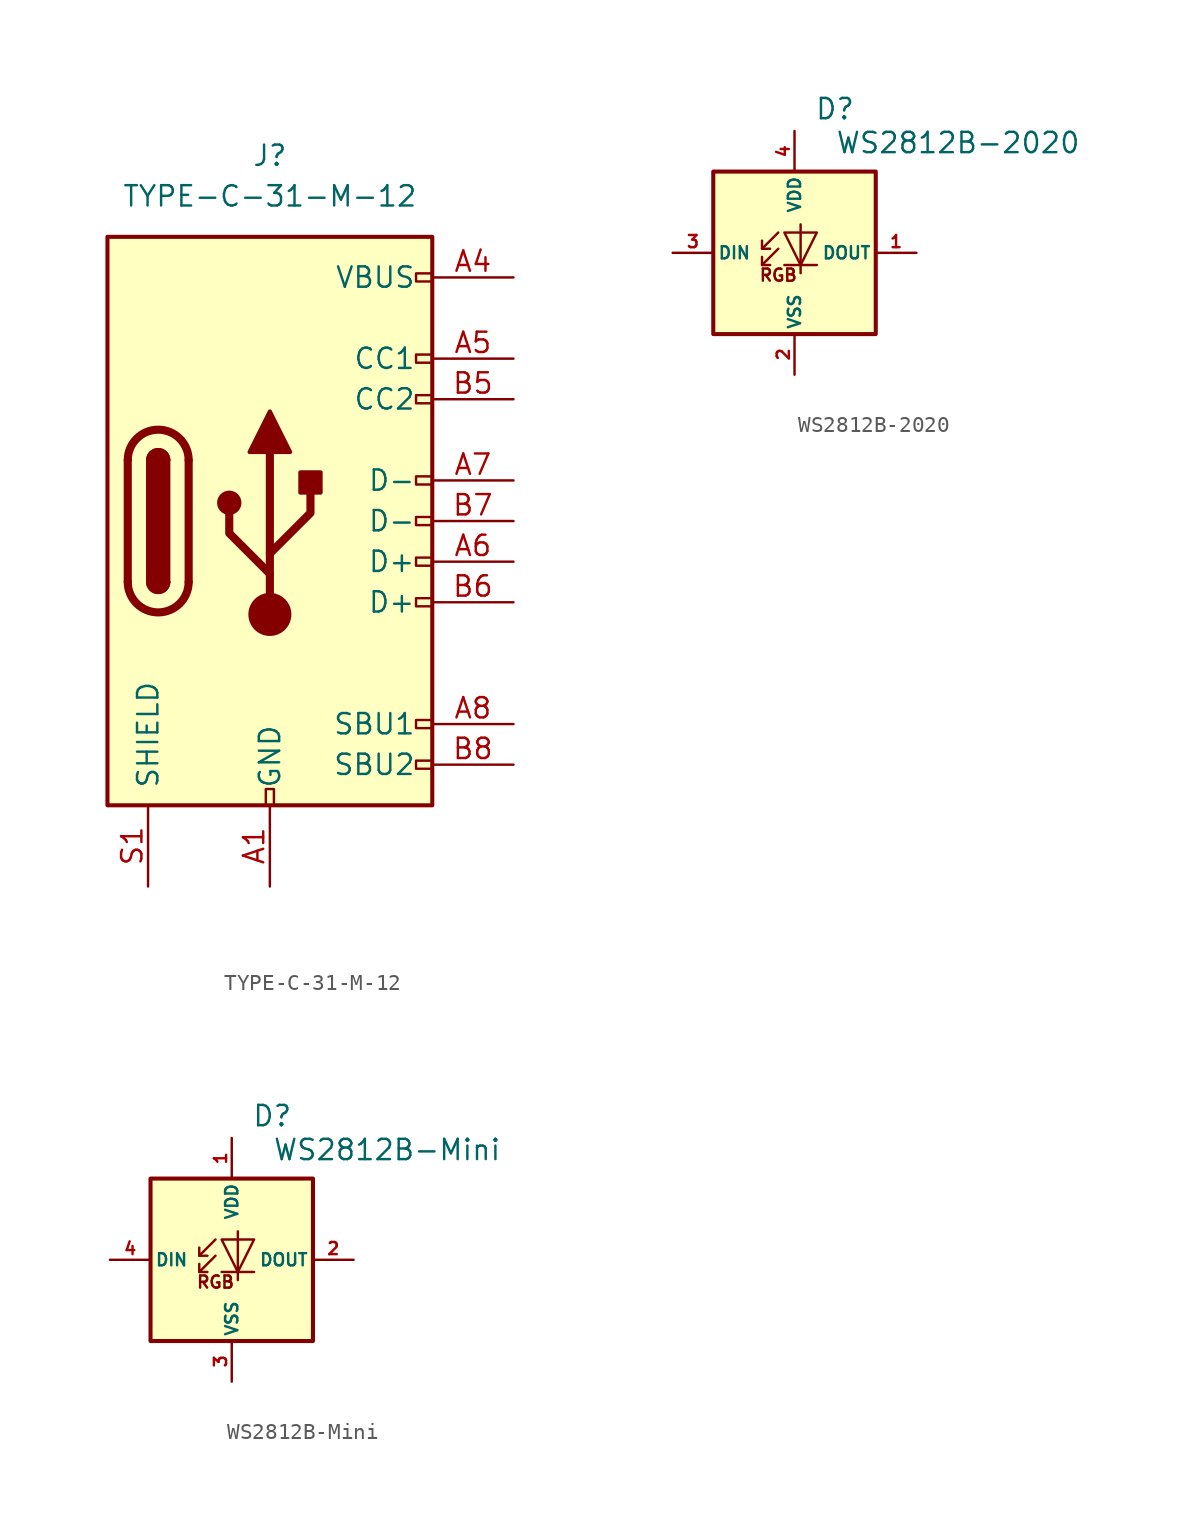
<source format=kicad_sym>
(kicad_symbol_lib
  (version 20211014)
  (generator kicad_symbol_editor)
  (symbol "TYPE-C-31-M-12"
    (pin_names
      (offset 1.016))
    (property "Reference" "J"
      (at 0 24.13 0)
      (effects (font (size 1.27 1.27))))
    (property "Value" "TYPE-C-31-M-12"
      (at 0 21.59 0)
      (effects (font (size 1.27 1.27))))
    (symbol "TYPE-C-31-M-12_0_0"
      (rectangle (start -0.254 -16.51) (end 0.254 -15.494) (stroke (width 0) (type default) (color 0 0 0 0)) (fill (type none)))
      (rectangle (start 10.16 -13.716) (end 9.144 -14.224) (stroke (width 0) (type default) (color 0 0 0 0)) (fill (type none)))
      (rectangle (start 10.16 -11.176) (end 9.144 -11.684) (stroke (width 0) (type default) (color 0 0 0 0)) (fill (type none)))
      (rectangle (start 10.16 -3.556) (end 9.144 -4.064) (stroke (width 0) (type default) (color 0 0 0 0)) (fill (type none)))
      (rectangle (start 10.16 -1.016) (end 9.144 -1.524) (stroke (width 0) (type default) (color 0 0 0 0)) (fill (type none)))
      (rectangle (start 10.16 1.524) (end 9.144 1.016) (stroke (width 0) (type default) (color 0 0 0 0)) (fill (type none)))
      (rectangle (start 10.16 4.064) (end 9.144 3.556) (stroke (width 0) (type default) (color 0 0 0 0)) (fill (type none)))
      (rectangle (start 10.16 9.144) (end 9.144 8.636) (stroke (width 0) (type default) (color 0 0 0 0)) (fill (type none)))
      (rectangle (start 10.16 11.684) (end 9.144 11.176) (stroke (width 0) (type default) (color 0 0 0 0)) (fill (type none)))
      (rectangle (start 10.16 16.764) (end 9.144 16.256) (stroke (width 0) (type default) (color 0 0 0 0)) (fill (type none))))
    (symbol "TYPE-C-31-M-12_0_1"
      (rectangle (start -10.16 19.05) (end 10.16 -16.51) (stroke (width 0.254) (type default) (color 0 0 0 0)) (fill (type background)))
      (arc (start -8.89 -2.54) (mid -6.985 -4.445) (end -5.08 -2.54) (stroke (width 0.508) (type default) (color 0 0 0 0)) (fill (type none)))
      (arc (start -7.62 -2.54) (mid -6.985 -3.175) (end -6.35 -2.54) (stroke (width 0.254) (type default) (color 0 0 0 0)) (fill (type none)))
      (arc (start -7.62 -2.54) (mid -6.985 -3.175) (end -6.35 -2.54) (stroke (width 0.254) (type default) (color 0 0 0 0)) (fill (type outline)))
      (rectangle (start -7.62 -2.54) (end -6.35 5.08) (stroke (width 0.254) (type default) (color 0 0 0 0)) (fill (type outline)))
      (arc (start -6.35 5.08) (mid -6.985 5.715) (end -7.62 5.08) (stroke (width 0.254) (type default) (color 0 0 0 0)) (fill (type none)))
      (arc (start -6.35 5.08) (mid -6.985 5.715) (end -7.62 5.08) (stroke (width 0.254) (type default) (color 0 0 0 0)) (fill (type outline)))
      (arc (start -5.08 5.08) (mid -6.985 6.985) (end -8.89 5.08) (stroke (width 0.508) (type default) (color 0 0 0 0)) (fill (type none)))
      (circle (center -2.54 2.413) (radius 0.635) (stroke (width 0.254) (type default) (color 0 0 0 0)) (fill (type outline)))
      (circle (center 0 -4.572) (radius 1.27) (stroke (width 0) (type default) (color 0 0 0 0)) (fill (type outline)))
      (polyline (pts (xy -8.89 -2.54) (xy -8.89 5.08)) (stroke (width 0.508) (type default) (color 0 0 0 0)) (fill (type none)))
      (polyline (pts (xy -5.08 5.08) (xy -5.08 -2.54)) (stroke (width 0.508) (type default) (color 0 0 0 0)) (fill (type none)))
      (polyline (pts (xy 0 -4.572) (xy 0 5.588)) (stroke (width 0.508) (type default) (color 0 0 0 0)) (fill (type none)))
      (polyline (pts (xy 0 -2.032) (xy -2.54 0.508) (xy -2.54 1.778)) (stroke (width 0.508) (type default) (color 0 0 0 0)) (fill (type none)))
      (polyline (pts (xy 0 -0.762) (xy 2.54 1.778) (xy 2.54 3.048)) (stroke (width 0.508) (type default) (color 0 0 0 0)) (fill (type none)))
      (polyline (pts (xy -1.27 5.588) (xy 0 8.128) (xy 1.27 5.588) (xy -1.27 5.588)) (stroke (width 0.254) (type default) (color 0 0 0 0)) (fill (type outline)))
      (rectangle (start 1.905 3.048) (end 3.175 4.318) (stroke (width 0.254) (type default) (color 0 0 0 0)) (fill (type outline))))
    (symbol "TYPE-C-31-M-12_1_1"
      (pin passive line (at 0 -21.59 90) (length 5.08) (name "GND" (effects (font (size 1.27 1.27)))) (number "A1" (effects (font (size 1.27 1.27)))))
      (pin passive line (at 15.24 16.51 180) (length 5.08) (name "VBUS" (effects (font (size 1.27 1.27)))) (number "A4" (effects (font (size 1.27 1.27)))))
      (pin bidirectional line (at 15.24 11.43 180) (length 5.08) (name "CC1" (effects (font (size 1.27 1.27)))) (number "A5" (effects (font (size 1.27 1.27)))))
      (pin bidirectional line (at 15.24 -1.27 180) (length 5.08) (name "D+" (effects (font (size 1.27 1.27)))) (number "A6" (effects (font (size 1.27 1.27)))))
      (pin bidirectional line (at 15.24 3.81 180) (length 5.08) (name "D-" (effects (font (size 1.27 1.27)))) (number "A7" (effects (font (size 1.27 1.27)))))
      (pin bidirectional line (at 15.24 -11.43 180) (length 5.08) (name "SBU1" (effects (font (size 1.27 1.27)))) (number "A8" (effects (font (size 1.27 1.27)))))
      (pin passive line (at 0 -21.59 90) (length 5.08) hide (name "GND" (effects (font (size 1.27 1.27)))) (number "B1" (effects (font (size 1.27 1.27)))))
      (pin passive line (at 15.24 16.51 180) (length 5.08) hide (name "VBUS" (effects (font (size 1.27 1.27)))) (number "B4" (effects (font (size 1.27 1.27)))))
      (pin bidirectional line (at 15.24 8.89 180) (length 5.08) (name "CC2" (effects (font (size 1.27 1.27)))) (number "B5" (effects (font (size 1.27 1.27)))))
      (pin bidirectional line (at 15.24 -3.81 180) (length 5.08) (name "D+" (effects (font (size 1.27 1.27)))) (number "B6" (effects (font (size 1.27 1.27)))))
      (pin bidirectional line (at 15.24 1.27 180) (length 5.08) (name "D-" (effects (font (size 1.27 1.27)))) (number "B7" (effects (font (size 1.27 1.27)))))
      (pin bidirectional line (at 15.24 -13.97 180) (length 5.08) (name "SBU2" (effects (font (size 1.27 1.27)))) (number "B8" (effects (font (size 1.27 1.27)))))
      (pin passive line (at -7.62 -21.59 90) (length 5.08) (name "SHIELD" (effects (font (size 1.27 1.27)))) (number "S1" (effects (font (size 1.27 1.27)))))))
  (symbol "WS2812B-2020"
    (pin_names
      (offset 0.254))
    (property "Reference" "D"
      (at 3.81 8.255 0)
      (effects (font (size 1.27 1.27)) (justify right bottom)))
    (property "Value" "WS2812B-2020"
      (at 2.54 7.62 0)
      (effects (font (size 1.27 1.27)) (justify left top)))
    (symbol "WS2812B-2020_0_0"
      (text "RGB" (at -1.016 -1.397 0) (effects (font (size 0.762 0.762)))))
    (symbol "WS2812B-2020_0_1"
      (polyline (pts (xy -2.032 -0.762) (xy -1.524 -0.762)) (stroke (width 0) (type default) (color 0 0 0 0)) (fill (type none)))
      (polyline (pts (xy -2.032 0.254) (xy -1.524 0.254)) (stroke (width 0) (type default) (color 0 0 0 0)) (fill (type none)))
      (polyline (pts (xy 1.397 -0.762) (xy -0.635 -0.762)) (stroke (width 0) (type default) (color 0 0 0 0)) (fill (type none)))
      (polyline (pts (xy -1.016 0.254) (xy -2.032 -0.762) (xy -2.032 -0.254)) (stroke (width 0) (type default) (color 0 0 0 0)) (fill (type none)))
      (polyline (pts (xy -1.016 1.27) (xy -2.032 0.254) (xy -2.032 0.762)) (stroke (width 0) (type default) (color 0 0 0 0)) (fill (type none)))
      (polyline (pts (xy 0.381 1.778) (xy 0.381 -0.762) (xy 0.381 -1.27)) (stroke (width 0) (type default) (color 0 0 0 0)) (fill (type none)))
      (polyline (pts (xy 1.397 1.27) (xy -0.635 1.27) (xy 0.381 -0.762) (xy 1.397 1.27)) (stroke (width 0) (type default) (color 0 0 0 0)) (fill (type none)))
      (rectangle (start 5.08 5.08) (end -5.08 -5.08) (stroke (width 0.254) (type default) (color 0 0 0 0)) (fill (type background))))
    (symbol "WS2812B-2020_1_1"
      (pin output line (at 7.62 0 180) (length 2.54) (name "DOUT" (effects (font (size 0.762 0.762)))) (number "1" (effects (font (size 0.762 0.762)))))
      (pin power_in line (at 0 -7.62 90) (length 2.54) (name "VSS" (effects (font (size 0.762 0.762)))) (number "2" (effects (font (size 0.762 0.762)))))
      (pin input line (at -7.62 0 0) (length 2.54) (name "DIN" (effects (font (size 0.762 0.762)))) (number "3" (effects (font (size 0.762 0.762)))))
      (pin power_in line (at 0 7.62 270) (length 2.54) (name "VDD" (effects (font (size 0.762 0.762)))) (number "4" (effects (font (size 0.762 0.762)))))))
  (symbol "WS2812B-Mini"
    (pin_names
      (offset 0.254))
    (property "Reference" "D"
      (at 3.81 8.255 0)
      (effects (font (size 1.27 1.27)) (justify right bottom)))
    (property "Value" "WS2812B-Mini"
      (at 2.54 7.62 0)
      (effects (font (size 1.27 1.27)) (justify left top)))
    (symbol "WS2812B-Mini_0_0"
      (text "RGB" (at -1.016 -1.397 0) (effects (font (size 0.762 0.762)))))
    (symbol "WS2812B-Mini_0_1"
      (polyline (pts (xy -2.032 -0.762) (xy -1.524 -0.762)) (stroke (width 0) (type default) (color 0 0 0 0)) (fill (type none)))
      (polyline (pts (xy -2.032 0.254) (xy -1.524 0.254)) (stroke (width 0) (type default) (color 0 0 0 0)) (fill (type none)))
      (polyline (pts (xy 1.397 -0.762) (xy -0.635 -0.762)) (stroke (width 0) (type default) (color 0 0 0 0)) (fill (type none)))
      (polyline (pts (xy -1.016 0.254) (xy -2.032 -0.762) (xy -2.032 -0.254)) (stroke (width 0) (type default) (color 0 0 0 0)) (fill (type none)))
      (polyline (pts (xy -1.016 1.27) (xy -2.032 0.254) (xy -2.032 0.762)) (stroke (width 0) (type default) (color 0 0 0 0)) (fill (type none)))
      (polyline (pts (xy 0.381 1.778) (xy 0.381 -0.762) (xy 0.381 -1.27)) (stroke (width 0) (type default) (color 0 0 0 0)) (fill (type none)))
      (polyline (pts (xy 1.397 1.27) (xy -0.635 1.27) (xy 0.381 -0.762) (xy 1.397 1.27)) (stroke (width 0) (type default) (color 0 0 0 0)) (fill (type none)))
      (rectangle (start 5.08 5.08) (end -5.08 -5.08) (stroke (width 0.254) (type default) (color 0 0 0 0)) (fill (type background))))
    (symbol "WS2812B-Mini_1_1"
      (pin power_in line (at 0 7.62 270) (length 2.54) (name "VDD" (effects (font (size 0.762 0.762)))) (number "1" (effects (font (size 0.762 0.762)))))
      (pin output line (at 7.62 0 180) (length 2.54) (name "DOUT" (effects (font (size 0.762 0.762)))) (number "2" (effects (font (size 0.762 0.762)))))
      (pin power_in line (at 0 -7.62 90) (length 2.54) (name "VSS" (effects (font (size 0.762 0.762)))) (number "3" (effects (font (size 0.762 0.762)))))
      (pin input line (at -7.62 0 0) (length 2.54) (name "DIN" (effects (font (size 0.762 0.762)))) (number "4" (effects (font (size 0.762 0.762))))))))
</source>
